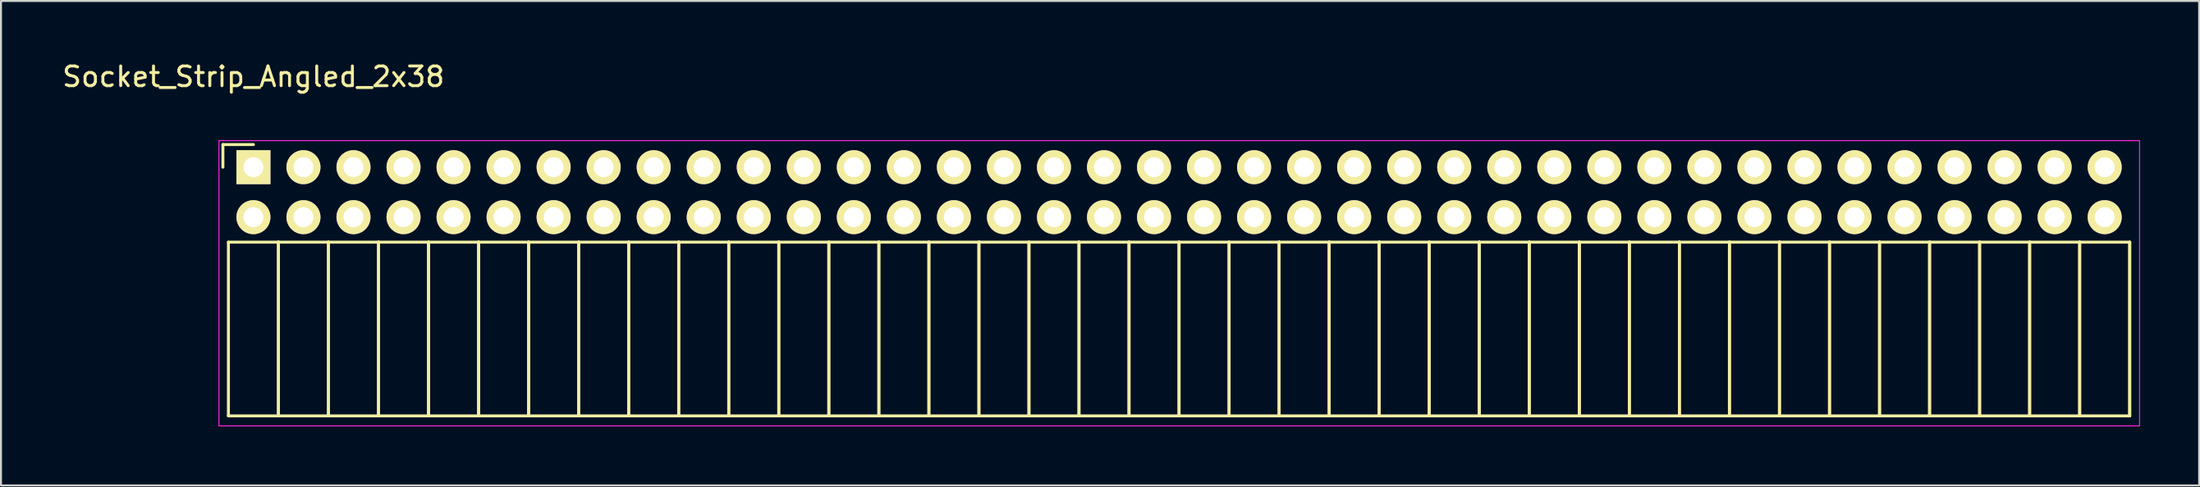
<source format=kicad_pcb>
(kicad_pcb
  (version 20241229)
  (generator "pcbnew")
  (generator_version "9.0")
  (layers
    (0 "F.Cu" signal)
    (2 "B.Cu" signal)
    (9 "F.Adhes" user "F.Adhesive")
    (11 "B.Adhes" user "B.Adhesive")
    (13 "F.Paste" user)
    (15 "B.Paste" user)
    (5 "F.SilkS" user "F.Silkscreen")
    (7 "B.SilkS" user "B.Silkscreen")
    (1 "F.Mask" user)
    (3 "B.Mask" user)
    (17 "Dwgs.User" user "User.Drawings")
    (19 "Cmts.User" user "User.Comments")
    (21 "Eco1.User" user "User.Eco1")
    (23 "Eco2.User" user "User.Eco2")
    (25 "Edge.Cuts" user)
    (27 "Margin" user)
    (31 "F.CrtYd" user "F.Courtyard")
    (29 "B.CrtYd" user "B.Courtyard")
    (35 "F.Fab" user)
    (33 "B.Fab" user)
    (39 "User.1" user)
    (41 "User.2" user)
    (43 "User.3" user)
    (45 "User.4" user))
  (footprint "Socket_Strip_Angled_2x38"
    (layer "F.Cu")
    (at 9.815 5.448)
    (property "Reference" "Socket_Strip_Angled_2x38" (at 0 -4.6 0) (layer "F.SilkS") (effects (font (size 1 1) (thickness 0.15))))
    (attr through_hole)
    (fp_line (start -1.55 -1.15) (end -1.55 0) (stroke (width 0.15) (type solid)) (layer "F.SilkS"))
    (fp_line (start -1.27 3.81) (end -1.27 12.64) (stroke (width 0.15) (type solid)) (layer "F.SilkS"))
    (fp_line (start -1.27 3.81) (end 1.27 3.81) (stroke (width 0.15) (type solid)) (layer "F.SilkS"))
    (fp_line (start -1.27 12.64) (end 1.27 12.64) (stroke (width 0.15) (type solid)) (layer "F.SilkS"))
    (fp_line (start 0 -1.15) (end -1.55 -1.15) (stroke (width 0.15) (type solid)) (layer "F.SilkS"))
    (fp_line (start 1.27 3.81) (end 1.27 12.64) (stroke (width 0.15) (type solid)) (layer "F.SilkS"))
    (fp_line (start 1.27 3.81) (end 3.81 3.81) (stroke (width 0.15) (type solid)) (layer "F.SilkS"))
    (fp_line (start 1.27 12.64) (end 1.27 3.81) (stroke (width 0.15) (type solid)) (layer "F.SilkS"))
    (fp_line (start 1.27 12.64) (end 3.81 12.64) (stroke (width 0.15) (type solid)) (layer "F.SilkS"))
    (fp_line (start 3.81 3.81) (end 3.81 12.64) (stroke (width 0.15) (type solid)) (layer "F.SilkS"))
    (fp_line (start 3.81 3.81) (end 6.35 3.81) (stroke (width 0.15) (type solid)) (layer "F.SilkS"))
    (fp_line (start 3.81 12.64) (end 3.81 3.81) (stroke (width 0.15) (type solid)) (layer "F.SilkS"))
    (fp_line (start 3.81 12.64) (end 6.35 12.64) (stroke (width 0.15) (type solid)) (layer "F.SilkS"))
    (fp_line (start 6.35 3.81) (end 6.35 12.64) (stroke (width 0.15) (type solid)) (layer "F.SilkS"))
    (fp_line (start 6.35 3.81) (end 8.89 3.81) (stroke (width 0.15) (type solid)) (layer "F.SilkS"))
    (fp_line (start 6.35 12.64) (end 6.35 3.81) (stroke (width 0.15) (type solid)) (layer "F.SilkS"))
    (fp_line (start 6.35 12.64) (end 8.89 12.64) (stroke (width 0.15) (type solid)) (layer "F.SilkS"))
    (fp_line (start 8.89 3.81) (end 8.89 12.64) (stroke (width 0.15) (type solid)) (layer "F.SilkS"))
    (fp_line (start 8.89 3.81) (end 11.43 3.81) (stroke (width 0.15) (type solid)) (layer "F.SilkS"))
    (fp_line (start 8.89 12.64) (end 8.89 3.81) (stroke (width 0.15) (type solid)) (layer "F.SilkS"))
    (fp_line (start 8.89 12.64) (end 11.43 12.64) (stroke (width 0.15) (type solid)) (layer "F.SilkS"))
    (fp_line (start 11.43 3.81) (end 11.43 12.64) (stroke (width 0.15) (type solid)) (layer "F.SilkS"))
    (fp_line (start 11.43 3.81) (end 13.97 3.81) (stroke (width 0.15) (type solid)) (layer "F.SilkS"))
    (fp_line (start 11.43 12.64) (end 11.43 3.81) (stroke (width 0.15) (type solid)) (layer "F.SilkS"))
    (fp_line (start 11.43 12.64) (end 13.97 12.64) (stroke (width 0.15) (type solid)) (layer "F.SilkS"))
    (fp_line (start 13.97 3.81) (end 13.97 12.64) (stroke (width 0.15) (type solid)) (layer "F.SilkS"))
    (fp_line (start 13.97 3.81) (end 16.51 3.81) (stroke (width 0.15) (type solid)) (layer "F.SilkS"))
    (fp_line (start 13.97 12.64) (end 13.97 3.81) (stroke (width 0.15) (type solid)) (layer "F.SilkS"))
    (fp_line (start 13.97 12.64) (end 16.51 12.64) (stroke (width 0.15) (type solid)) (layer "F.SilkS"))
    (fp_line (start 16.51 3.81) (end 16.51 12.64) (stroke (width 0.15) (type solid)) (layer "F.SilkS"))
    (fp_line (start 16.51 3.81) (end 19.05 3.81) (stroke (width 0.15) (type solid)) (layer "F.SilkS"))
    (fp_line (start 16.51 12.64) (end 16.51 3.81) (stroke (width 0.15) (type solid)) (layer "F.SilkS"))
    (fp_line (start 16.51 12.64) (end 19.05 12.64) (stroke (width 0.15) (type solid)) (layer "F.SilkS"))
    (fp_line (start 19.05 3.81) (end 19.05 12.64) (stroke (width 0.15) (type solid)) (layer "F.SilkS"))
    (fp_line (start 19.05 3.81) (end 21.59 3.81) (stroke (width 0.15) (type solid)) (layer "F.SilkS"))
    (fp_line (start 19.05 12.64) (end 19.05 3.81) (stroke (width 0.15) (type solid)) (layer "F.SilkS"))
    (fp_line (start 19.05 12.64) (end 21.59 12.64) (stroke (width 0.15) (type solid)) (layer "F.SilkS"))
    (fp_line (start 21.59 3.81) (end 21.59 12.64) (stroke (width 0.15) (type solid)) (layer "F.SilkS"))
    (fp_line (start 21.59 3.81) (end 24.13 3.81) (stroke (width 0.15) (type solid)) (layer "F.SilkS"))
    (fp_line (start 21.59 12.64) (end 21.59 3.81) (stroke (width 0.15) (type solid)) (layer "F.SilkS"))
    (fp_line (start 21.59 12.64) (end 24.13 12.64) (stroke (width 0.15) (type solid)) (layer "F.SilkS"))
    (fp_line (start 24.13 3.81) (end 24.13 12.64) (stroke (width 0.15) (type solid)) (layer "F.SilkS"))
    (fp_line (start 24.13 3.81) (end 26.67 3.81) (stroke (width 0.15) (type solid)) (layer "F.SilkS"))
    (fp_line (start 24.13 12.64) (end 24.13 3.81) (stroke (width 0.15) (type solid)) (layer "F.SilkS"))
    (fp_line (start 24.13 12.64) (end 26.67 12.64) (stroke (width 0.15) (type solid)) (layer "F.SilkS"))
    (fp_line (start 26.67 3.81) (end 26.67 12.64) (stroke (width 0.15) (type solid)) (layer "F.SilkS"))
    (fp_line (start 26.67 3.81) (end 29.21 3.81) (stroke (width 0.15) (type solid)) (layer "F.SilkS"))
    (fp_line (start 26.67 12.64) (end 26.67 3.81) (stroke (width 0.15) (type solid)) (layer "F.SilkS"))
    (fp_line (start 26.67 12.64) (end 29.21 12.64) (stroke (width 0.15) (type solid)) (layer "F.SilkS"))
    (fp_line (start 29.21 3.81) (end 29.21 12.64) (stroke (width 0.15) (type solid)) (layer "F.SilkS"))
    (fp_line (start 29.21 3.81) (end 31.75 3.81) (stroke (width 0.15) (type solid)) (layer "F.SilkS"))
    (fp_line (start 29.21 12.64) (end 29.21 3.81) (stroke (width 0.15) (type solid)) (layer "F.SilkS"))
    (fp_line (start 29.21 12.64) (end 31.75 12.64) (stroke (width 0.15) (type solid)) (layer "F.SilkS"))
    (fp_line (start 31.75 3.81) (end 31.75 12.64) (stroke (width 0.15) (type solid)) (layer "F.SilkS"))
    (fp_line (start 31.75 3.81) (end 34.29 3.81) (stroke (width 0.15) (type solid)) (layer "F.SilkS"))
    (fp_line (start 31.75 12.64) (end 31.75 3.81) (stroke (width 0.15) (type solid)) (layer "F.SilkS"))
    (fp_line (start 31.75 12.64) (end 34.29 12.64) (stroke (width 0.15) (type solid)) (layer "F.SilkS"))
    (fp_line (start 34.29 3.81) (end 34.29 12.64) (stroke (width 0.15) (type solid)) (layer "F.SilkS"))
    (fp_line (start 34.29 3.81) (end 36.83 3.81) (stroke (width 0.15) (type solid)) (layer "F.SilkS"))
    (fp_line (start 34.29 12.64) (end 34.29 3.81) (stroke (width 0.15) (type solid)) (layer "F.SilkS"))
    (fp_line (start 34.29 12.64) (end 36.83 12.64) (stroke (width 0.15) (type solid)) (layer "F.SilkS"))
    (fp_line (start 36.83 3.81) (end 36.83 12.64) (stroke (width 0.15) (type solid)) (layer "F.SilkS"))
    (fp_line (start 36.83 3.81) (end 39.37 3.81) (stroke (width 0.15) (type solid)) (layer "F.SilkS"))
    (fp_line (start 36.83 12.64) (end 36.83 3.81) (stroke (width 0.15) (type solid)) (layer "F.SilkS"))
    (fp_line (start 36.83 12.64) (end 39.37 12.64) (stroke (width 0.15) (type solid)) (layer "F.SilkS"))
    (fp_line (start 39.37 3.81) (end 39.37 12.64) (stroke (width 0.15) (type solid)) (layer "F.SilkS"))
    (fp_line (start 39.37 3.81) (end 41.91 3.81) (stroke (width 0.15) (type solid)) (layer "F.SilkS"))
    (fp_line (start 39.37 12.64) (end 39.37 3.81) (stroke (width 0.15) (type solid)) (layer "F.SilkS"))
    (fp_line (start 39.37 12.64) (end 41.91 12.64) (stroke (width 0.15) (type solid)) (layer "F.SilkS"))
    (fp_line (start 41.91 3.81) (end 41.91 12.64) (stroke (width 0.15) (type solid)) (layer "F.SilkS"))
    (fp_line (start 41.91 3.81) (end 44.45 3.81) (stroke (width 0.15) (type solid)) (layer "F.SilkS"))
    (fp_line (start 41.91 12.64) (end 41.91 3.81) (stroke (width 0.15) (type solid)) (layer "F.SilkS"))
    (fp_line (start 41.91 12.64) (end 44.45 12.64) (stroke (width 0.15) (type solid)) (layer "F.SilkS"))
    (fp_line (start 44.45 3.81) (end 44.45 12.64) (stroke (width 0.15) (type solid)) (layer "F.SilkS"))
    (fp_line (start 44.45 3.81) (end 46.99 3.81) (stroke (width 0.15) (type solid)) (layer "F.SilkS"))
    (fp_line (start 44.45 12.64) (end 44.45 3.81) (stroke (width 0.15) (type solid)) (layer "F.SilkS"))
    (fp_line (start 44.45 12.64) (end 46.99 12.64) (stroke (width 0.15) (type solid)) (layer "F.SilkS"))
    (fp_line (start 46.99 3.81) (end 46.99 12.64) (stroke (width 0.15) (type solid)) (layer "F.SilkS"))
    (fp_line (start 46.99 3.81) (end 49.53 3.81) (stroke (width 0.15) (type solid)) (layer "F.SilkS"))
    (fp_line (start 46.99 12.64) (end 46.99 3.81) (stroke (width 0.15) (type solid)) (layer "F.SilkS"))
    (fp_line (start 46.99 12.64) (end 49.53 12.64) (stroke (width 0.15) (type solid)) (layer "F.SilkS"))
    (fp_line (start 49.53 3.81) (end 49.53 12.64) (stroke (width 0.15) (type solid)) (layer "F.SilkS"))
    (fp_line (start 49.53 3.81) (end 52.07 3.81) (stroke (width 0.15) (type solid)) (layer "F.SilkS"))
    (fp_line (start 49.53 12.64) (end 49.53 3.81) (stroke (width 0.15) (type solid)) (layer "F.SilkS"))
    (fp_line (start 49.53 12.64) (end 52.07 12.64) (stroke (width 0.15) (type solid)) (layer "F.SilkS"))
    (fp_line (start 52.07 3.81) (end 52.07 12.64) (stroke (width 0.15) (type solid)) (layer "F.SilkS"))
    (fp_line (start 52.07 3.81) (end 54.61 3.81) (stroke (width 0.15) (type solid)) (layer "F.SilkS"))
    (fp_line (start 52.07 12.64) (end 52.07 3.81) (stroke (width 0.15) (type solid)) (layer "F.SilkS"))
    (fp_line (start 52.07 12.64) (end 54.61 12.64) (stroke (width 0.15) (type solid)) (layer "F.SilkS"))
    (fp_line (start 54.61 3.81) (end 54.61 12.64) (stroke (width 0.15) (type solid)) (layer "F.SilkS"))
    (fp_line (start 54.61 3.81) (end 57.15 3.81) (stroke (width 0.15) (type solid)) (layer "F.SilkS"))
    (fp_line (start 54.61 12.64) (end 54.61 3.81) (stroke (width 0.15) (type solid)) (layer "F.SilkS"))
    (fp_line (start 54.61 12.64) (end 57.15 12.64) (stroke (width 0.15) (type solid)) (layer "F.SilkS"))
    (fp_line (start 57.15 3.81) (end 57.15 12.64) (stroke (width 0.15) (type solid)) (layer "F.SilkS"))
    (fp_line (start 57.15 3.81) (end 59.69 3.81) (stroke (width 0.15) (type solid)) (layer "F.SilkS"))
    (fp_line (start 57.15 12.64) (end 57.15 3.81) (stroke (width 0.15) (type solid)) (layer "F.SilkS"))
    (fp_line (start 57.15 12.64) (end 59.69 12.64) (stroke (width 0.15) (type solid)) (layer "F.SilkS"))
    (fp_line (start 59.69 3.81) (end 59.69 12.64) (stroke (width 0.15) (type solid)) (layer "F.SilkS"))
    (fp_line (start 59.69 3.81) (end 62.23 3.81) (stroke (width 0.15) (type solid)) (layer "F.SilkS"))
    (fp_line (start 59.69 12.64) (end 59.69 3.81) (stroke (width 0.15) (type solid)) (layer "F.SilkS"))
    (fp_line (start 59.69 12.64) (end 62.23 12.64) (stroke (width 0.15) (type solid)) (layer "F.SilkS"))
    (fp_line (start 62.23 3.81) (end 62.23 12.64) (stroke (width 0.15) (type solid)) (layer "F.SilkS"))
    (fp_line (start 62.23 3.81) (end 64.77 3.81) (stroke (width 0.15) (type solid)) (layer "F.SilkS"))
    (fp_line (start 62.23 12.64) (end 62.23 3.81) (stroke (width 0.15) (type solid)) (layer "F.SilkS"))
    (fp_line (start 62.23 12.64) (end 64.77 12.64) (stroke (width 0.15) (type solid)) (layer "F.SilkS"))
    (fp_line (start 64.77 3.81) (end 64.77 12.64) (stroke (width 0.15) (type solid)) (layer "F.SilkS"))
    (fp_line (start 64.77 3.81) (end 67.31 3.81) (stroke (width 0.15) (type solid)) (layer "F.SilkS"))
    (fp_line (start 64.77 12.64) (end 64.77 3.81) (stroke (width 0.15) (type solid)) (layer "F.SilkS"))
    (fp_line (start 64.77 12.64) (end 67.31 12.64) (stroke (width 0.15) (type solid)) (layer "F.SilkS"))
    (fp_line (start 67.31 3.81) (end 67.31 12.64) (stroke (width 0.15) (type solid)) (layer "F.SilkS"))
    (fp_line (start 67.31 3.81) (end 69.85 3.81) (stroke (width 0.15) (type solid)) (layer "F.SilkS"))
    (fp_line (start 67.31 12.64) (end 67.31 3.81) (stroke (width 0.15) (type solid)) (layer "F.SilkS"))
    (fp_line (start 67.31 12.64) (end 69.85 12.64) (stroke (width 0.15) (type solid)) (layer "F.SilkS"))
    (fp_line (start 69.85 3.81) (end 69.85 12.64) (stroke (width 0.15) (type solid)) (layer "F.SilkS"))
    (fp_line (start 69.85 3.81) (end 72.39 3.81) (stroke (width 0.15) (type solid)) (layer "F.SilkS"))
    (fp_line (start 69.85 12.64) (end 69.85 3.81) (stroke (width 0.15) (type solid)) (layer "F.SilkS"))
    (fp_line (start 69.85 12.64) (end 72.39 12.64) (stroke (width 0.15) (type solid)) (layer "F.SilkS"))
    (fp_line (start 72.39 3.81) (end 72.39 12.64) (stroke (width 0.15) (type solid)) (layer "F.SilkS"))
    (fp_line (start 72.39 3.81) (end 74.93 3.81) (stroke (width 0.15) (type solid)) (layer "F.SilkS"))
    (fp_line (start 72.39 12.64) (end 72.39 3.81) (stroke (width 0.15) (type solid)) (layer "F.SilkS"))
    (fp_line (start 72.39 12.64) (end 74.93 12.64) (stroke (width 0.15) (type solid)) (layer "F.SilkS"))
    (fp_line (start 74.93 3.81) (end 74.93 12.64) (stroke (width 0.15) (type solid)) (layer "F.SilkS"))
    (fp_line (start 74.93 3.81) (end 77.47 3.81) (stroke (width 0.15) (type solid)) (layer "F.SilkS"))
    (fp_line (start 74.93 12.64) (end 74.93 3.81) (stroke (width 0.15) (type solid)) (layer "F.SilkS"))
    (fp_line (start 74.93 12.64) (end 77.47 12.64) (stroke (width 0.15) (type solid)) (layer "F.SilkS"))
    (fp_line (start 77.47 3.81) (end 77.47 12.64) (stroke (width 0.15) (type solid)) (layer "F.SilkS"))
    (fp_line (start 77.47 3.81) (end 80.01 3.81) (stroke (width 0.15) (type solid)) (layer "F.SilkS"))
    (fp_line (start 77.47 12.64) (end 77.47 3.81) (stroke (width 0.15) (type solid)) (layer "F.SilkS"))
    (fp_line (start 77.47 12.64) (end 80.01 12.64) (stroke (width 0.15) (type solid)) (layer "F.SilkS"))
    (fp_line (start 80.01 3.81) (end 80.01 12.64) (stroke (width 0.15) (type solid)) (layer "F.SilkS"))
    (fp_line (start 80.01 3.81) (end 82.55 3.81) (stroke (width 0.15) (type solid)) (layer "F.SilkS"))
    (fp_line (start 80.01 12.64) (end 80.01 3.81) (stroke (width 0.15) (type solid)) (layer "F.SilkS"))
    (fp_line (start 80.01 12.64) (end 82.55 12.64) (stroke (width 0.15) (type solid)) (layer "F.SilkS"))
    (fp_line (start 82.55 3.81) (end 82.55 12.64) (stroke (width 0.15) (type solid)) (layer "F.SilkS"))
    (fp_line (start 82.55 3.81) (end 85.09 3.81) (stroke (width 0.15) (type solid)) (layer "F.SilkS"))
    (fp_line (start 82.55 12.64) (end 82.55 3.81) (stroke (width 0.15) (type solid)) (layer "F.SilkS"))
    (fp_line (start 82.55 12.64) (end 85.09 12.64) (stroke (width 0.15) (type solid)) (layer "F.SilkS"))
    (fp_line (start 85.09 3.81) (end 85.09 12.64) (stroke (width 0.15) (type solid)) (layer "F.SilkS"))
    (fp_line (start 85.09 3.81) (end 87.63 3.81) (stroke (width 0.15) (type solid)) (layer "F.SilkS"))
    (fp_line (start 85.09 12.64) (end 85.09 3.81) (stroke (width 0.15) (type solid)) (layer "F.SilkS"))
    (fp_line (start 85.09 12.64) (end 87.63 12.64) (stroke (width 0.15) (type solid)) (layer "F.SilkS"))
    (fp_line (start 87.63 3.81) (end 87.63 12.64) (stroke (width 0.15) (type solid)) (layer "F.SilkS"))
    (fp_line (start 87.63 3.81) (end 90.17 3.81) (stroke (width 0.15) (type solid)) (layer "F.SilkS"))
    (fp_line (start 87.63 12.64) (end 87.63 3.81) (stroke (width 0.15) (type solid)) (layer "F.SilkS"))
    (fp_line (start 87.63 12.64) (end 90.17 12.64) (stroke (width 0.15) (type solid)) (layer "F.SilkS"))
    (fp_line (start 90.17 3.81) (end 90.17 12.64) (stroke (width 0.15) (type solid)) (layer "F.SilkS"))
    (fp_line (start 90.17 3.81) (end 92.71 3.81) (stroke (width 0.15) (type solid)) (layer "F.SilkS"))
    (fp_line (start 90.17 12.64) (end 90.17 3.81) (stroke (width 0.15) (type solid)) (layer "F.SilkS"))
    (fp_line (start 90.17 12.64) (end 92.71 12.64) (stroke (width 0.15) (type solid)) (layer "F.SilkS"))
    (fp_line (start 92.71 3.81) (end 92.71 12.64) (stroke (width 0.15) (type solid)) (layer "F.SilkS"))
    (fp_line (start 92.71 3.81) (end 95.25 3.81) (stroke (width 0.15) (type solid)) (layer "F.SilkS"))
    (fp_line (start 92.71 12.64) (end 92.71 3.81) (stroke (width 0.15) (type solid)) (layer "F.SilkS"))
    (fp_line (start 92.71 12.64) (end 95.25 12.64) (stroke (width 0.15) (type solid)) (layer "F.SilkS"))
    (fp_line (start 95.25 3.81) (end 95.25 12.64) (stroke (width 0.15) (type solid)) (layer "F.SilkS"))
    (fp_line (start 95.25 12.64) (end 95.25 3.81) (stroke (width 0.15) (type solid)) (layer "F.SilkS"))
    (fp_line (start -1.75 -1.35) (end -1.75 13.15) (stroke (width 0.05) (type solid)) (layer "F.CrtYd"))
    (fp_line (start -1.75 -1.35) (end 95.75 -1.35) (stroke (width 0.05) (type solid)) (layer "F.CrtYd"))
    (fp_line (start -1.75 13.15) (end 95.75 13.15) (stroke (width 0.05) (type solid)) (layer "F.CrtYd"))
    (fp_line (start 95.75 -1.35) (end 95.75 13.15) (stroke (width 0.05) (type solid)) (layer "F.CrtYd"))
    (pad "1" thru_hole rect (at 0 0) (size 1.727 1.727) (drill 1.016) (layers "*.Cu" "*.Mask" "F.SilkS"))
    (pad "2" thru_hole oval (at 0 2.54) (size 1.727 1.727) (drill 1.016) (layers "*.Cu" "*.Mask" "F.SilkS"))
    (pad "3" thru_hole oval (at 2.54 0) (size 1.727 1.727) (drill 1.016) (layers "*.Cu" "*.Mask" "F.SilkS"))
    (pad "4" thru_hole oval (at 2.54 2.54) (size 1.727 1.727) (drill 1.016) (layers "*.Cu" "*.Mask" "F.SilkS"))
    (pad "5" thru_hole oval (at 5.08 0) (size 1.727 1.727) (drill 1.016) (layers "*.Cu" "*.Mask" "F.SilkS"))
    (pad "6" thru_hole oval (at 5.08 2.54) (size 1.727 1.727) (drill 1.016) (layers "*.Cu" "*.Mask" "F.SilkS"))
    (pad "7" thru_hole oval (at 7.62 0) (size 1.727 1.727) (drill 1.016) (layers "*.Cu" "*.Mask" "F.SilkS"))
    (pad "8" thru_hole oval (at 7.62 2.54) (size 1.727 1.727) (drill 1.016) (layers "*.Cu" "*.Mask" "F.SilkS"))
    (pad "9" thru_hole oval (at 10.16 0) (size 1.727 1.727) (drill 1.016) (layers "*.Cu" "*.Mask" "F.SilkS"))
    (pad "10" thru_hole oval (at 10.16 2.54) (size 1.727 1.727) (drill 1.016) (layers "*.Cu" "*.Mask" "F.SilkS"))
    (pad "11" thru_hole oval (at 12.7 0) (size 1.727 1.727) (drill 1.016) (layers "*.Cu" "*.Mask" "F.SilkS"))
    (pad "12" thru_hole oval (at 12.7 2.54) (size 1.727 1.727) (drill 1.016) (layers "*.Cu" "*.Mask" "F.SilkS"))
    (pad "13" thru_hole oval (at 15.24 0) (size 1.727 1.727) (drill 1.016) (layers "*.Cu" "*.Mask" "F.SilkS"))
    (pad "14" thru_hole oval (at 15.24 2.54) (size 1.727 1.727) (drill 1.016) (layers "*.Cu" "*.Mask" "F.SilkS"))
    (pad "15" thru_hole oval (at 17.78 0) (size 1.727 1.727) (drill 1.016) (layers "*.Cu" "*.Mask" "F.SilkS"))
    (pad "16" thru_hole oval (at 17.78 2.54) (size 1.727 1.727) (drill 1.016) (layers "*.Cu" "*.Mask" "F.SilkS"))
    (pad "17" thru_hole oval (at 20.32 0) (size 1.727 1.727) (drill 1.016) (layers "*.Cu" "*.Mask" "F.SilkS"))
    (pad "18" thru_hole oval (at 20.32 2.54) (size 1.727 1.727) (drill 1.016) (layers "*.Cu" "*.Mask" "F.SilkS"))
    (pad "19" thru_hole oval (at 22.86 0) (size 1.727 1.727) (drill 1.016) (layers "*.Cu" "*.Mask" "F.SilkS"))
    (pad "20" thru_hole oval (at 22.86 2.54) (size 1.727 1.727) (drill 1.016) (layers "*.Cu" "*.Mask" "F.SilkS"))
    (pad "21" thru_hole oval (at 25.4 0) (size 1.727 1.727) (drill 1.016) (layers "*.Cu" "*.Mask" "F.SilkS"))
    (pad "22" thru_hole oval (at 25.4 2.54) (size 1.727 1.727) (drill 1.016) (layers "*.Cu" "*.Mask" "F.SilkS"))
    (pad "23" thru_hole oval (at 27.94 0) (size 1.727 1.727) (drill 1.016) (layers "*.Cu" "*.Mask" "F.SilkS"))
    (pad "24" thru_hole oval (at 27.94 2.54) (size 1.727 1.727) (drill 1.016) (layers "*.Cu" "*.Mask" "F.SilkS"))
    (pad "25" thru_hole oval (at 30.48 0) (size 1.727 1.727) (drill 1.016) (layers "*.Cu" "*.Mask" "F.SilkS"))
    (pad "26" thru_hole oval (at 30.48 2.54) (size 1.727 1.727) (drill 1.016) (layers "*.Cu" "*.Mask" "F.SilkS"))
    (pad "27" thru_hole oval (at 33.02 0) (size 1.727 1.727) (drill 1.016) (layers "*.Cu" "*.Mask" "F.SilkS"))
    (pad "28" thru_hole oval (at 33.02 2.54) (size 1.727 1.727) (drill 1.016) (layers "*.Cu" "*.Mask" "F.SilkS"))
    (pad "29" thru_hole oval (at 35.56 0) (size 1.727 1.727) (drill 1.016) (layers "*.Cu" "*.Mask" "F.SilkS"))
    (pad "30" thru_hole oval (at 35.56 2.54) (size 1.727 1.727) (drill 1.016) (layers "*.Cu" "*.Mask" "F.SilkS"))
    (pad "31" thru_hole oval (at 38.1 0) (size 1.727 1.727) (drill 1.016) (layers "*.Cu" "*.Mask" "F.SilkS"))
    (pad "32" thru_hole oval (at 38.1 2.54) (size 1.727 1.727) (drill 1.016) (layers "*.Cu" "*.Mask" "F.SilkS"))
    (pad "33" thru_hole oval (at 40.64 0) (size 1.727 1.727) (drill 1.016) (layers "*.Cu" "*.Mask" "F.SilkS"))
    (pad "34" thru_hole oval (at 40.64 2.54) (size 1.727 1.727) (drill 1.016) (layers "*.Cu" "*.Mask" "F.SilkS"))
    (pad "35" thru_hole oval (at 43.18 0) (size 1.727 1.727) (drill 1.016) (layers "*.Cu" "*.Mask" "F.SilkS"))
    (pad "36" thru_hole oval (at 43.18 2.54) (size 1.727 1.727) (drill 1.016) (layers "*.Cu" "*.Mask" "F.SilkS"))
    (pad "37" thru_hole oval (at 45.72 0) (size 1.727 1.727) (drill 1.016) (layers "*.Cu" "*.Mask" "F.SilkS"))
    (pad "38" thru_hole oval (at 45.72 2.54) (size 1.727 1.727) (drill 1.016) (layers "*.Cu" "*.Mask" "F.SilkS"))
    (pad "39" thru_hole oval (at 48.26 0) (size 1.727 1.727) (drill 1.016) (layers "*.Cu" "*.Mask" "F.SilkS"))
    (pad "40" thru_hole oval (at 48.26 2.54) (size 1.727 1.727) (drill 1.016) (layers "*.Cu" "*.Mask" "F.SilkS"))
    (pad "41" thru_hole oval (at 50.8 0) (size 1.727 1.727) (drill 1.016) (layers "*.Cu" "*.Mask" "F.SilkS"))
    (pad "42" thru_hole oval (at 50.8 2.54) (size 1.727 1.727) (drill 1.016) (layers "*.Cu" "*.Mask" "F.SilkS"))
    (pad "43" thru_hole oval (at 53.34 0) (size 1.727 1.727) (drill 1.016) (layers "*.Cu" "*.Mask" "F.SilkS"))
    (pad "44" thru_hole oval (at 53.34 2.54) (size 1.727 1.727) (drill 1.016) (layers "*.Cu" "*.Mask" "F.SilkS"))
    (pad "45" thru_hole oval (at 55.88 0) (size 1.727 1.727) (drill 1.016) (layers "*.Cu" "*.Mask" "F.SilkS"))
    (pad "46" thru_hole oval (at 55.88 2.54) (size 1.727 1.727) (drill 1.016) (layers "*.Cu" "*.Mask" "F.SilkS"))
    (pad "47" thru_hole oval (at 58.42 0) (size 1.727 1.727) (drill 1.016) (layers "*.Cu" "*.Mask" "F.SilkS"))
    (pad "48" thru_hole oval (at 58.42 2.54) (size 1.727 1.727) (drill 1.016) (layers "*.Cu" "*.Mask" "F.SilkS"))
    (pad "49" thru_hole oval (at 60.96 0) (size 1.727 1.727) (drill 1.016) (layers "*.Cu" "*.Mask" "F.SilkS"))
    (pad "50" thru_hole oval (at 60.96 2.54) (size 1.727 1.727) (drill 1.016) (layers "*.Cu" "*.Mask" "F.SilkS"))
    (pad "51" thru_hole oval (at 63.5 0) (size 1.727 1.727) (drill 1.016) (layers "*.Cu" "*.Mask" "F.SilkS"))
    (pad "52" thru_hole oval (at 63.5 2.54) (size 1.727 1.727) (drill 1.016) (layers "*.Cu" "*.Mask" "F.SilkS"))
    (pad "53" thru_hole oval (at 66.04 0) (size 1.727 1.727) (drill 1.016) (layers "*.Cu" "*.Mask" "F.SilkS"))
    (pad "54" thru_hole oval (at 66.04 2.54) (size 1.727 1.727) (drill 1.016) (layers "*.Cu" "*.Mask" "F.SilkS"))
    (pad "55" thru_hole oval (at 68.58 0) (size 1.727 1.727) (drill 1.016) (layers "*.Cu" "*.Mask" "F.SilkS"))
    (pad "56" thru_hole oval (at 68.58 2.54) (size 1.727 1.727) (drill 1.016) (layers "*.Cu" "*.Mask" "F.SilkS"))
    (pad "57" thru_hole oval (at 71.12 0) (size 1.727 1.727) (drill 1.016) (layers "*.Cu" "*.Mask" "F.SilkS"))
    (pad "58" thru_hole oval (at 71.12 2.54) (size 1.727 1.727) (drill 1.016) (layers "*.Cu" "*.Mask" "F.SilkS"))
    (pad "59" thru_hole oval (at 73.66 0) (size 1.727 1.727) (drill 1.016) (layers "*.Cu" "*.Mask" "F.SilkS"))
    (pad "60" thru_hole oval (at 73.66 2.54) (size 1.727 1.727) (drill 1.016) (layers "*.Cu" "*.Mask" "F.SilkS"))
    (pad "61" thru_hole oval (at 76.2 0) (size 1.727 1.727) (drill 1.016) (layers "*.Cu" "*.Mask" "F.SilkS"))
    (pad "62" thru_hole oval (at 76.2 2.54) (size 1.727 1.727) (drill 1.016) (layers "*.Cu" "*.Mask" "F.SilkS"))
    (pad "63" thru_hole oval (at 78.74 0) (size 1.727 1.727) (drill 1.016) (layers "*.Cu" "*.Mask" "F.SilkS"))
    (pad "64" thru_hole oval (at 78.74 2.54) (size 1.727 1.727) (drill 1.016) (layers "*.Cu" "*.Mask" "F.SilkS"))
    (pad "65" thru_hole oval (at 81.28 0) (size 1.727 1.727) (drill 1.016) (layers "*.Cu" "*.Mask" "F.SilkS"))
    (pad "66" thru_hole oval (at 81.28 2.54) (size 1.727 1.727) (drill 1.016) (layers "*.Cu" "*.Mask" "F.SilkS"))
    (pad "67" thru_hole oval (at 83.82 0) (size 1.727 1.727) (drill 1.016) (layers "*.Cu" "*.Mask" "F.SilkS"))
    (pad "68" thru_hole oval (at 83.82 2.54) (size 1.727 1.727) (drill 1.016) (layers "*.Cu" "*.Mask" "F.SilkS"))
    (pad "69" thru_hole oval (at 86.36 0) (size 1.727 1.727) (drill 1.016) (layers "*.Cu" "*.Mask" "F.SilkS"))
    (pad "70" thru_hole oval (at 86.36 2.54) (size 1.727 1.727) (drill 1.016) (layers "*.Cu" "*.Mask" "F.SilkS"))
    (pad "71" thru_hole oval (at 88.9 0) (size 1.727 1.727) (drill 1.016) (layers "*.Cu" "*.Mask" "F.SilkS"))
    (pad "72" thru_hole oval (at 88.9 2.54) (size 1.727 1.727) (drill 1.016) (layers "*.Cu" "*.Mask" "F.SilkS"))
    (pad "73" thru_hole oval (at 91.44 0) (size 1.727 1.727) (drill 1.016) (layers "*.Cu" "*.Mask" "F.SilkS"))
    (pad "74" thru_hole oval (at 91.44 2.54) (size 1.727 1.727) (drill 1.016) (layers "*.Cu" "*.Mask" "F.SilkS"))
    (pad "75" thru_hole oval (at 93.98 0) (size 1.727 1.727) (drill 1.016) (layers "*.Cu" "*.Mask" "F.SilkS"))
    (pad "76" thru_hole oval (at 93.98 2.54) (size 1.727 1.727) (drill 1.016) (layers "*.Cu" "*.Mask" "F.SilkS")))
  (gr_rect
    (start -3 -3)
    (end 108.59 21.623)
    (stroke (width 0.1) (type default))
    (fill no)
    (layer "Edge.Cuts")))
</source>
